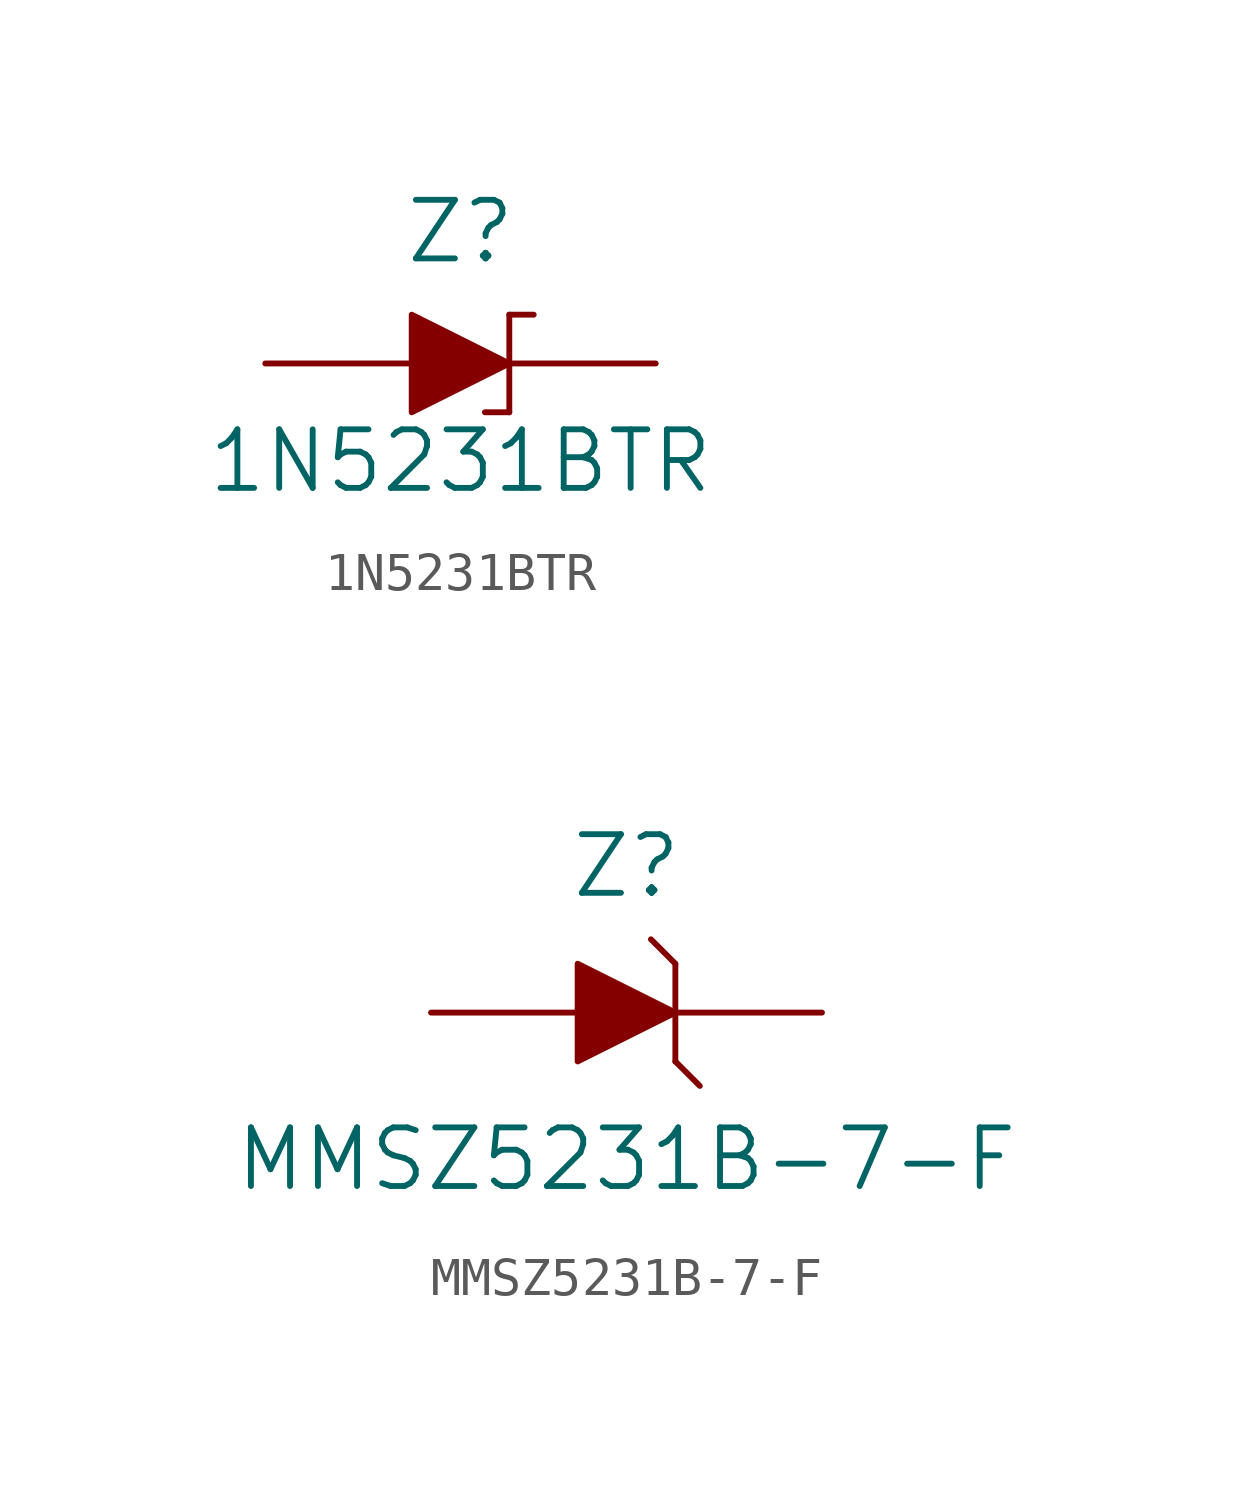
<source format=kicad_sym>
(kicad_symbol_lib
  (version 20220914)
  (generator kicad_symbol_editor)
  (symbol "1N5231BTR"
    (pin_numbers hide)
    (pin_names
      (offset 0) hide)
    (property "Reference" "Z"
      (at 0 2.54 0)
      (effects (font (size 1.524 1.524)) (justify bottom)))
    (property "Value" "1N5231BTR"
      (at 0 -2.54 0)
      (effects (font (size 1.524 1.524))))
    (symbol "1N5231BTR_0_1"
      (polyline (pts (xy 1.27 -1.27) (xy 0.635 -1.27)) (stroke (width 0) (type default)) (fill (type none)))
      (polyline (pts (xy 1.27 1.27) (xy 1.27 -1.27)) (stroke (width 0) (type default)) (fill (type none)))
      (polyline (pts (xy 1.27 1.27) (xy 1.905 1.27)) (stroke (width 0) (type default)) (fill (type none)))
      (polyline (pts (xy -1.27 1.27) (xy -1.27 -1.27) (xy 1.27 0) (xy -1.27 1.27)) (stroke (width 0) (type default)) (fill (type outline))))
    (symbol "1N5231BTR_1_1"
      (pin passive line (at -5.08 0 0) (length 3.81) (name "~" (effects (font (size 1.27 1.27)))) (number "A" (effects (font (size 1.27 1.27)))))
      (pin passive line (at 5.08 0 180) (length 3.81) (name "~" (effects (font (size 1.27 1.27)))) (number "K" (effects (font (size 1.27 1.27)))))))
  (symbol "MMSZ5231B-7-F"
    (pin_numbers hide)
    (pin_names
      (offset 0) hide)
    (property "Reference" "Z"
      (at 0 3.81 0)
      (effects (font (size 1.524 1.524))))
    (property "Value" "MMSZ5231B-7-F"
      (at 0 -3.81 0)
      (effects (font (size 1.524 1.524))))
    (symbol "MMSZ5231B-7-F_0_1"
      (polyline (pts (xy 1.27 -1.27) (xy 1.905 -1.905)) (stroke (width 0) (type default)) (fill (type none)))
      (polyline (pts (xy 1.27 1.27) (xy 0.635 1.905)) (stroke (width 0) (type default)) (fill (type none)))
      (polyline (pts (xy 1.27 1.27) (xy 1.27 -1.27)) (stroke (width 0) (type default)) (fill (type none)))
      (polyline (pts (xy -1.27 1.27) (xy -1.27 -1.27) (xy 1.27 0) (xy -1.27 1.27)) (stroke (width 0) (type default)) (fill (type outline))))
    (symbol "MMSZ5231B-7-F_1_1"
      (pin passive line (at -5.08 0 0) (length 3.81) (name "~" (effects (font (size 1.27 1.27)))) (number "A" (effects (font (size 1.27 1.27)))))
      (pin passive line (at 5.08 0 180) (length 3.81) (name "~" (effects (font (size 1.27 1.27)))) (number "K" (effects (font (size 1.27 1.27))))))))
</source>
